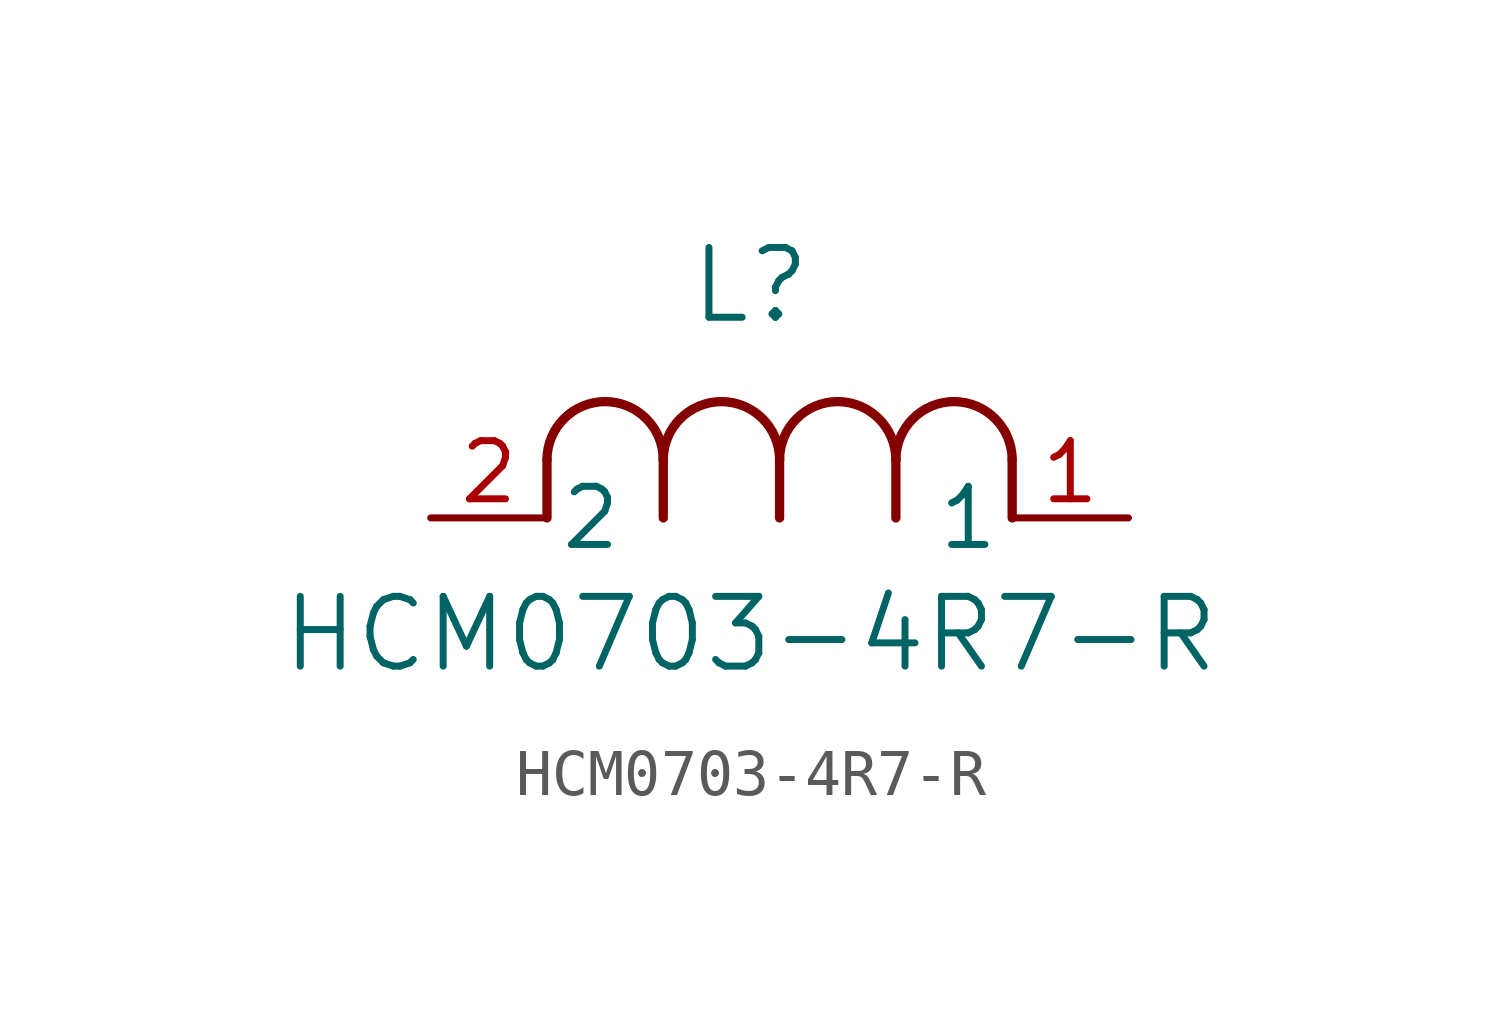
<source format=kicad_sym>
(kicad_symbol_lib
  (version 20211014)
  (generator kicad_symbol_editor)
  (symbol "HCM0703-4R7-R"
    (pin_names
      (offset 0.254))
    (property "Reference" "L"
      (at 6.985 5.08 0)
      (effects (font (size 1.524 1.524))))
    (property "Value" "HCM0703-4R7-R"
      (at 6.985 -2.54 0)
      (effects (font (size 1.524 1.524))))
    (symbol "HCM0703-4R7-R_0_1"
      (arc (start 7.62 1.27) (mid 6.35 2.54) (end 5.08 1.27) (stroke (width 0.2032) (type default) (color 0 0 0 0)) (fill (type none)))
      (polyline (pts (xy 5.08 0) (xy 5.08 1.27)) (stroke (width 0.203) (type default) (color 0 0 0 0)) (fill (type none)))
      (polyline (pts (xy 7.62 0) (xy 7.62 1.27)) (stroke (width 0.203) (type default) (color 0 0 0 0)) (fill (type none)))
      (polyline (pts (xy 12.7 0) (xy 12.7 1.27)) (stroke (width 0.203) (type default) (color 0 0 0 0)) (fill (type none)))
      (arc (start 5.08 1.27) (mid 3.81 2.54) (end 2.54 1.27) (stroke (width 0.2032) (type default) (color 0 0 0 0)) (fill (type none)))
      (arc (start 10.16 1.27) (mid 8.89 2.54) (end 7.62 1.27) (stroke (width 0.2032) (type default) (color 0 0 0 0)) (fill (type none)))
      (arc (start 12.7 1.27) (mid 11.43 2.54) (end 10.16 1.27) (stroke (width 0.2032) (type default) (color 0 0 0 0)) (fill (type none)))
      (polyline (pts (xy 2.54 0) (xy 2.54 1.27)) (stroke (width 0.203) (type default) (color 0 0 0 0)) (fill (type none)))
      (polyline (pts (xy 10.16 0) (xy 10.16 1.27)) (stroke (width 0.203) (type default) (color 0 0 0 0)) (fill (type none)))
      (pin unspecified line (at 0 0 0) (length 2.54) (name "2" (effects (font (size 1.27 1.27)))) (number "2" (effects (font (size 1.27 1.27)))))
      (pin unspecified line (at 15.24 0 180) (length 2.54) (name "1" (effects (font (size 1.27 1.27)))) (number "1" (effects (font (size 1.27 1.27))))))))
</source>
